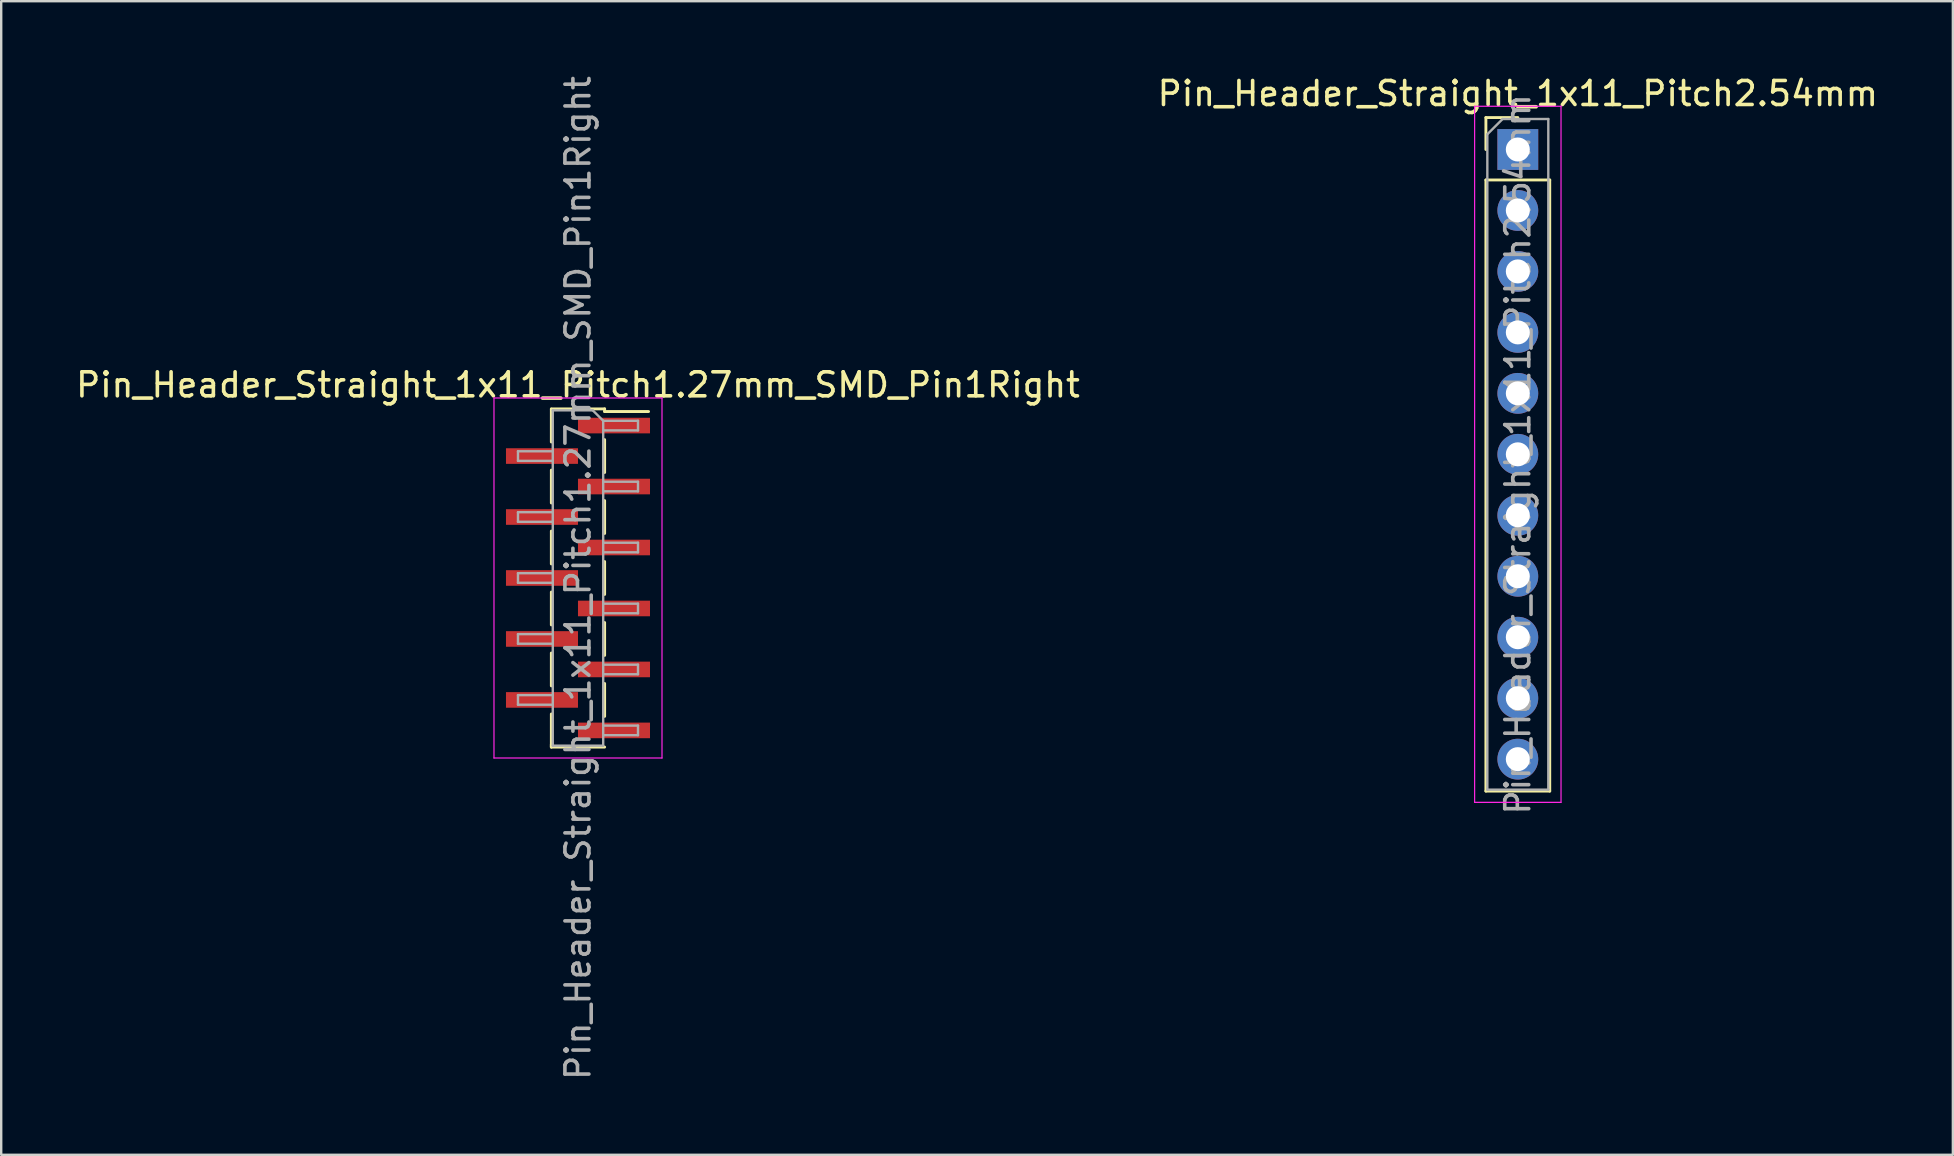
<source format=kicad_pcb>
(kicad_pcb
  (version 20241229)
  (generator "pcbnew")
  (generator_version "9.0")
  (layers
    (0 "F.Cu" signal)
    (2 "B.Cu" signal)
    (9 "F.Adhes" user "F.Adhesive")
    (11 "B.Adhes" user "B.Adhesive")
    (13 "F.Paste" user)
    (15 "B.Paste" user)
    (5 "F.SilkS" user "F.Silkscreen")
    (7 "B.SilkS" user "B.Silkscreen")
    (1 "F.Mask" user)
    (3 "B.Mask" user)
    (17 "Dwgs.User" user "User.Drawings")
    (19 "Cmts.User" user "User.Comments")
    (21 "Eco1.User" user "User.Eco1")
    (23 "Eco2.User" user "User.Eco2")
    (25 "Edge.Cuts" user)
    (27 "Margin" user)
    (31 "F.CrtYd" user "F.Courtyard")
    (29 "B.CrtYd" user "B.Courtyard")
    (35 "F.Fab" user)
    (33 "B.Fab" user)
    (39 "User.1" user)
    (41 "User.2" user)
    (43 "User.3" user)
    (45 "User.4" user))
  (footprint "Pin_Header_Straight_1x11_Pitch2.54mm"
    (layer "F.Cu")
    (at 60.185 3.178)
    (property "Reference" "Pin_Header_Straight_1x11_Pitch2.54mm" (at 0 -2.33 0) (layer "F.SilkS") (effects (font (size 1 1) (thickness 0.15))))
    (attr through_hole)
    (fp_line (start -1.33 -1.33) (end 0 -1.33) (stroke (width 0.12) (type solid)) (layer "F.SilkS"))
    (fp_line (start -1.33 0) (end -1.33 -1.33) (stroke (width 0.12) (type solid)) (layer "F.SilkS"))
    (fp_line (start -1.33 1.27) (end -1.33 26.73) (stroke (width 0.12) (type solid)) (layer "F.SilkS"))
    (fp_line (start -1.33 1.27) (end 1.33 1.27) (stroke (width 0.12) (type solid)) (layer "F.SilkS"))
    (fp_line (start -1.33 26.73) (end 1.33 26.73) (stroke (width 0.12) (type solid)) (layer "F.SilkS"))
    (fp_line (start 1.33 1.27) (end 1.33 26.73) (stroke (width 0.12) (type solid)) (layer "F.SilkS"))
    (fp_line (start -1.8 -1.8) (end -1.8 27.2) (stroke (width 0.05) (type solid)) (layer "F.CrtYd"))
    (fp_line (start -1.8 27.2) (end 1.8 27.2) (stroke (width 0.05) (type solid)) (layer "F.CrtYd"))
    (fp_line (start 1.8 -1.8) (end -1.8 -1.8) (stroke (width 0.05) (type solid)) (layer "F.CrtYd"))
    (fp_line (start 1.8 27.2) (end 1.8 -1.8) (stroke (width 0.05) (type solid)) (layer "F.CrtYd"))
    (fp_line (start -1.27 -0.635) (end -0.635 -1.27) (stroke (width 0.1) (type solid)) (layer "F.Fab"))
    (fp_line (start -1.27 26.67) (end -1.27 -0.635) (stroke (width 0.1) (type solid)) (layer "F.Fab"))
    (fp_line (start -0.635 -1.27) (end 1.27 -1.27) (stroke (width 0.1) (type solid)) (layer "F.Fab"))
    (fp_line (start 1.27 -1.27) (end 1.27 26.67) (stroke (width 0.1) (type solid)) (layer "F.Fab"))
    (fp_line (start 1.27 26.67) (end -1.27 26.67) (stroke (width 0.1) (type solid)) (layer "F.Fab"))
    (fp_text user "${REFERENCE}" (at 0 12.7 90) (layer "F.Fab") (effects (font (size 1 1) (thickness 0.15))))
    (pad "1" thru_hole rect (at 0 0) (size 1.7 1.7) (drill 1) (layers "*.Cu" "*.Mask"))
    (pad "2" thru_hole oval (at 0 2.54) (size 1.7 1.7) (drill 1) (layers "*.Cu" "*.Mask"))
    (pad "3" thru_hole oval (at 0 5.08) (size 1.7 1.7) (drill 1) (layers "*.Cu" "*.Mask"))
    (pad "4" thru_hole oval (at 0 7.62) (size 1.7 1.7) (drill 1) (layers "*.Cu" "*.Mask"))
    (pad "5" thru_hole oval (at 0 10.16) (size 1.7 1.7) (drill 1) (layers "*.Cu" "*.Mask"))
    (pad "6" thru_hole oval (at 0 12.7) (size 1.7 1.7) (drill 1) (layers "*.Cu" "*.Mask"))
    (pad "7" thru_hole oval (at 0 15.24) (size 1.7 1.7) (drill 1) (layers "*.Cu" "*.Mask"))
    (pad "8" thru_hole oval (at 0 17.78) (size 1.7 1.7) (drill 1) (layers "*.Cu" "*.Mask"))
    (pad "9" thru_hole oval (at 0 20.32) (size 1.7 1.7) (drill 1) (layers "*.Cu" "*.Mask"))
    (pad "10" thru_hole oval (at 0 22.86) (size 1.7 1.7) (drill 1) (layers "*.Cu" "*.Mask"))
    (pad "11" thru_hole oval (at 0 25.4) (size 1.7 1.7) (drill 1) (layers "*.Cu" "*.Mask")))
  (footprint "Pin_Header_Straight_1x11_Pitch1.27mm_SMD_Pin1Right"
    (layer "F.Cu")
    (at 21.03 21.03)
    (property "Reference" "Pin_Header_Straight_1x11_Pitch1.27mm_SMD_Pin1Right" (at 0 -8.045 0) (layer "F.SilkS") (effects (font (size 1 1) (thickness 0.15))))
    (attr smd)
    (fp_line (start -1.11 -7.045) (end 1.11 -7.045) (stroke (width 0.12) (type solid)) (layer "F.SilkS"))
    (fp_line (start -1.11 -7.035) (end -1.11 -5.665) (stroke (width 0.12) (type solid)) (layer "F.SilkS"))
    (fp_line (start -1.11 -4.495) (end -1.11 -3.125) (stroke (width 0.12) (type solid)) (layer "F.SilkS"))
    (fp_line (start -1.11 -1.955) (end -1.11 -0.585) (stroke (width 0.12) (type solid)) (layer "F.SilkS"))
    (fp_line (start -1.11 0.585) (end -1.11 1.955) (stroke (width 0.12) (type solid)) (layer "F.SilkS"))
    (fp_line (start -1.11 3.125) (end -1.11 4.495) (stroke (width 0.12) (type solid)) (layer "F.SilkS"))
    (fp_line (start -1.11 5.665) (end -1.11 7.035) (stroke (width 0.12) (type solid)) (layer "F.SilkS"))
    (fp_line (start -1.11 6.935) (end -1.11 7.045) (stroke (width 0.12) (type solid)) (layer "F.SilkS"))
    (fp_line (start -1.11 7.045) (end 1.11 7.045) (stroke (width 0.12) (type solid)) (layer "F.SilkS"))
    (fp_line (start 1.11 -7.045) (end 1.11 -6.935) (stroke (width 0.12) (type solid)) (layer "F.SilkS"))
    (fp_line (start 1.11 -6.935) (end 2.94 -6.935) (stroke (width 0.12) (type solid)) (layer "F.SilkS"))
    (fp_line (start 1.11 -5.765) (end 1.11 -4.395) (stroke (width 0.12) (type solid)) (layer "F.SilkS"))
    (fp_line (start 1.11 -3.225) (end 1.11 -1.855) (stroke (width 0.12) (type solid)) (layer "F.SilkS"))
    (fp_line (start 1.11 -0.685) (end 1.11 0.685) (stroke (width 0.12) (type solid)) (layer "F.SilkS"))
    (fp_line (start 1.11 1.855) (end 1.11 3.225) (stroke (width 0.12) (type solid)) (layer "F.SilkS"))
    (fp_line (start 1.11 4.395) (end 1.11 5.765) (stroke (width 0.12) (type solid)) (layer "F.SilkS"))
    (fp_line (start -3.5 -7.5) (end -3.5 7.5) (stroke (width 0.05) (type solid)) (layer "F.CrtYd"))
    (fp_line (start -3.5 7.5) (end 3.5 7.5) (stroke (width 0.05) (type solid)) (layer "F.CrtYd"))
    (fp_line (start 3.5 -7.5) (end -3.5 -7.5) (stroke (width 0.05) (type solid)) (layer "F.CrtYd"))
    (fp_line (start 3.5 7.5) (end 3.5 -7.5) (stroke (width 0.05) (type solid)) (layer "F.CrtYd"))
    (fp_line (start -2.5 -5.28) (end -2.5 -4.88) (stroke (width 0.1) (type solid)) (layer "F.Fab"))
    (fp_line (start -2.5 -4.88) (end -1.05 -4.88) (stroke (width 0.1) (type solid)) (layer "F.Fab"))
    (fp_line (start -2.5 -2.74) (end -2.5 -2.34) (stroke (width 0.1) (type solid)) (layer "F.Fab"))
    (fp_line (start -2.5 -2.34) (end -1.05 -2.34) (stroke (width 0.1) (type solid)) (layer "F.Fab"))
    (fp_line (start -2.5 -0.2) (end -2.5 0.2) (stroke (width 0.1) (type solid)) (layer "F.Fab"))
    (fp_line (start -2.5 0.2) (end -1.05 0.2) (stroke (width 0.1) (type solid)) (layer "F.Fab"))
    (fp_line (start -2.5 2.34) (end -2.5 2.74) (stroke (width 0.1) (type solid)) (layer "F.Fab"))
    (fp_line (start -2.5 2.74) (end -1.05 2.74) (stroke (width 0.1) (type solid)) (layer "F.Fab"))
    (fp_line (start -2.5 4.88) (end -2.5 5.28) (stroke (width 0.1) (type solid)) (layer "F.Fab"))
    (fp_line (start -2.5 5.28) (end -1.05 5.28) (stroke (width 0.1) (type solid)) (layer "F.Fab"))
    (fp_line (start -1.05 -6.985) (end -1.05 6.985) (stroke (width 0.1) (type solid)) (layer "F.Fab"))
    (fp_line (start -1.05 -6.985) (end 0.615 -6.985) (stroke (width 0.1) (type solid)) (layer "F.Fab"))
    (fp_line (start -1.05 -5.28) (end -2.5 -5.28) (stroke (width 0.1) (type solid)) (layer "F.Fab"))
    (fp_line (start -1.05 -2.74) (end -2.5 -2.74) (stroke (width 0.1) (type solid)) (layer "F.Fab"))
    (fp_line (start -1.05 -0.2) (end -2.5 -0.2) (stroke (width 0.1) (type solid)) (layer "F.Fab"))
    (fp_line (start -1.05 2.34) (end -2.5 2.34) (stroke (width 0.1) (type solid)) (layer "F.Fab"))
    (fp_line (start -1.05 4.88) (end -2.5 4.88) (stroke (width 0.1) (type solid)) (layer "F.Fab"))
    (fp_line (start 1.05 -6.55) (end 0.615 -6.985) (stroke (width 0.1) (type solid)) (layer "F.Fab"))
    (fp_line (start 1.05 -6.55) (end 2.5 -6.55) (stroke (width 0.1) (type solid)) (layer "F.Fab"))
    (fp_line (start 1.05 -4.01) (end 2.5 -4.01) (stroke (width 0.1) (type solid)) (layer "F.Fab"))
    (fp_line (start 1.05 -1.47) (end 2.5 -1.47) (stroke (width 0.1) (type solid)) (layer "F.Fab"))
    (fp_line (start 1.05 1.07) (end 2.5 1.07) (stroke (width 0.1) (type solid)) (layer "F.Fab"))
    (fp_line (start 1.05 3.61) (end 2.5 3.61) (stroke (width 0.1) (type solid)) (layer "F.Fab"))
    (fp_line (start 1.05 6.15) (end 2.5 6.15) (stroke (width 0.1) (type solid)) (layer "F.Fab"))
    (fp_line (start 1.05 6.985) (end -1.05 6.985) (stroke (width 0.1) (type solid)) (layer "F.Fab"))
    (fp_line (start 1.05 6.985) (end 1.05 -6.55) (stroke (width 0.1) (type solid)) (layer "F.Fab"))
    (fp_line (start 2.5 -6.55) (end 2.5 -6.15) (stroke (width 0.1) (type solid)) (layer "F.Fab"))
    (fp_line (start 2.5 -6.15) (end 1.05 -6.15) (stroke (width 0.1) (type solid)) (layer "F.Fab"))
    (fp_line (start 2.5 -4.01) (end 2.5 -3.61) (stroke (width 0.1) (type solid)) (layer "F.Fab"))
    (fp_line (start 2.5 -3.61) (end 1.05 -3.61) (stroke (width 0.1) (type solid)) (layer "F.Fab"))
    (fp_line (start 2.5 -1.47) (end 2.5 -1.07) (stroke (width 0.1) (type solid)) (layer "F.Fab"))
    (fp_line (start 2.5 -1.07) (end 1.05 -1.07) (stroke (width 0.1) (type solid)) (layer "F.Fab"))
    (fp_line (start 2.5 1.07) (end 2.5 1.47) (stroke (width 0.1) (type solid)) (layer "F.Fab"))
    (fp_line (start 2.5 1.47) (end 1.05 1.47) (stroke (width 0.1) (type solid)) (layer "F.Fab"))
    (fp_line (start 2.5 3.61) (end 2.5 4.01) (stroke (width 0.1) (type solid)) (layer "F.Fab"))
    (fp_line (start 2.5 4.01) (end 1.05 4.01) (stroke (width 0.1) (type solid)) (layer "F.Fab"))
    (fp_line (start 2.5 6.15) (end 2.5 6.55) (stroke (width 0.1) (type solid)) (layer "F.Fab"))
    (fp_line (start 2.5 6.55) (end 1.05 6.55) (stroke (width 0.1) (type solid)) (layer "F.Fab"))
    (fp_text user "${REFERENCE}" (at 0 0 90) (layer "F.Fab") (effects (font (size 1 1) (thickness 0.15))))
    (pad "1" smd rect (at 1.5 -6.35) (size 3 0.65) (layers "F.Cu" "F.Mask" "F.Paste"))
    (pad "2" smd rect (at -1.5 -5.08) (size 3 0.65) (layers "F.Cu" "F.Mask" "F.Paste"))
    (pad "3" smd rect (at 1.5 -3.81) (size 3 0.65) (layers "F.Cu" "F.Mask" "F.Paste"))
    (pad "4" smd rect (at -1.5 -2.54) (size 3 0.65) (layers "F.Cu" "F.Mask" "F.Paste"))
    (pad "5" smd rect (at 1.5 -1.27) (size 3 0.65) (layers "F.Cu" "F.Mask" "F.Paste"))
    (pad "6" smd rect (at -1.5 0) (size 3 0.65) (layers "F.Cu" "F.Mask" "F.Paste"))
    (pad "7" smd rect (at 1.5 1.27) (size 3 0.65) (layers "F.Cu" "F.Mask" "F.Paste"))
    (pad "8" smd rect (at -1.5 2.54) (size 3 0.65) (layers "F.Cu" "F.Mask" "F.Paste"))
    (pad "9" smd rect (at 1.5 3.81) (size 3 0.65) (layers "F.Cu" "F.Mask" "F.Paste"))
    (pad "10" smd rect (at -1.5 5.08) (size 3 0.65) (layers "F.Cu" "F.Mask" "F.Paste"))
    (pad "11" smd rect (at 1.5 6.35) (size 3 0.65) (layers "F.Cu" "F.Mask" "F.Paste")))
  (gr_rect
    (start -3 -3)
    (end 78.31 45.06)
    (stroke (width 0.1) (type default))
    (fill no)
    (layer "Edge.Cuts")))
</source>
